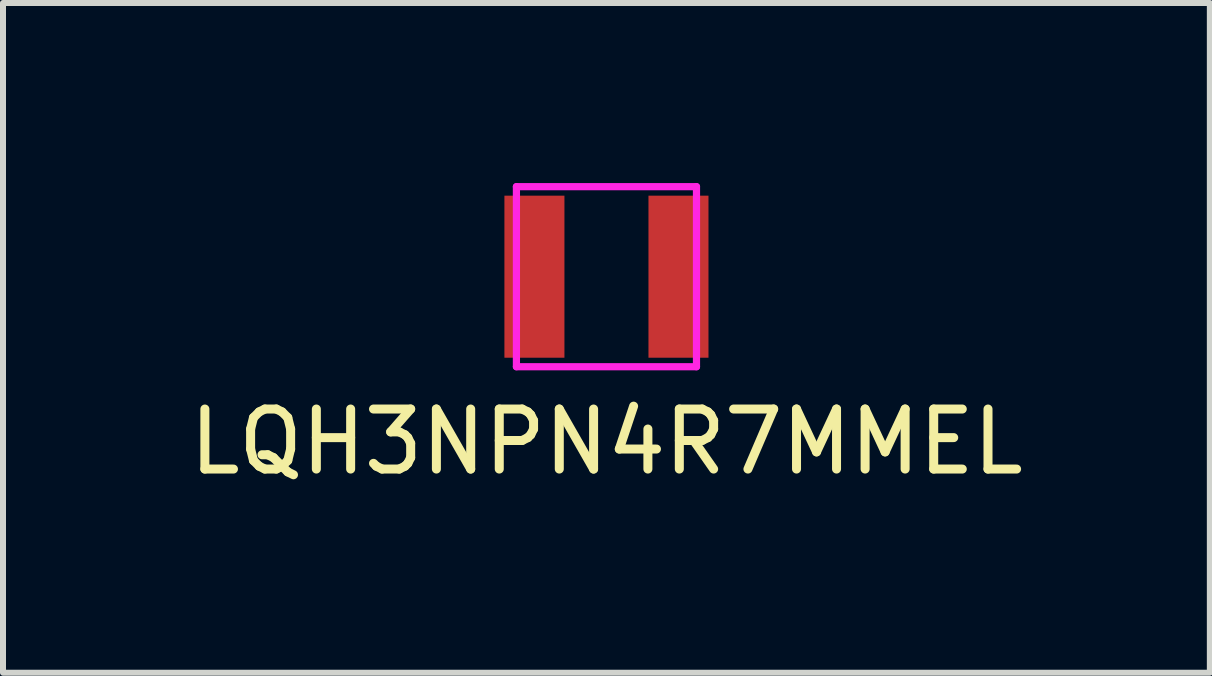
<source format=kicad_pcb>
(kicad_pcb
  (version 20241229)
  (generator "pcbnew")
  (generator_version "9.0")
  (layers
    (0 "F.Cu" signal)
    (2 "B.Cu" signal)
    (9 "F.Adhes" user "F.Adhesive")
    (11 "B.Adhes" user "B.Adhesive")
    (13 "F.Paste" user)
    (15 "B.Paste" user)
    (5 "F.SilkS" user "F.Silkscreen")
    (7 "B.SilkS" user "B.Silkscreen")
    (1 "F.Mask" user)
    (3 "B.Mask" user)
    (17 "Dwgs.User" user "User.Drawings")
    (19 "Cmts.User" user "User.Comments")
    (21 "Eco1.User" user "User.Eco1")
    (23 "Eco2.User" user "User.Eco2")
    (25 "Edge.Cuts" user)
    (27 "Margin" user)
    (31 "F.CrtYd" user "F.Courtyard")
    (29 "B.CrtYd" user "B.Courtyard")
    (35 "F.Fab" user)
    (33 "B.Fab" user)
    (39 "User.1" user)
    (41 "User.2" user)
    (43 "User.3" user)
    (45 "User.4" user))
  (footprint "LQH3NPN4R7MMEL"
    (layer "F.Cu")
    (at 7.054 1.56)
    (property "Reference" "LQH3NPN4R7MMEL" (at 0 2.75 0) (layer "F.SilkS") (effects (font (size 1 1) (thickness 0.15))))
    (attr through_hole)
    (fp_line (start -1.5 -1.5) (end 1.5 -1.5) (stroke (width 0.12) (type solid)) (layer "F.CrtYd"))
    (fp_line (start -1.5 1.5) (end -1.5 -1.5) (stroke (width 0.12) (type solid)) (layer "F.CrtYd"))
    (fp_line (start 1.5 -1.5) (end 1.5 1.5) (stroke (width 0.12) (type solid)) (layer "F.CrtYd"))
    (fp_line (start 1.5 1.5) (end -1.5 1.5) (stroke (width 0.12) (type solid)) (layer "F.CrtYd"))
    (pad "1" smd rect (at -1.2 0) (size 1 2.7) (layers "F.Cu" "F.Mask" "F.Paste"))
    (pad "2" smd rect (at 1.2 0) (size 1 2.7) (layers "F.Cu" "F.Mask" "F.Paste")))
  (gr_rect
    (start -3 -3)
    (end 17.107 8.158)
    (stroke (width 0.1) (type default))
    (fill no)
    (layer "Edge.Cuts")))
</source>
